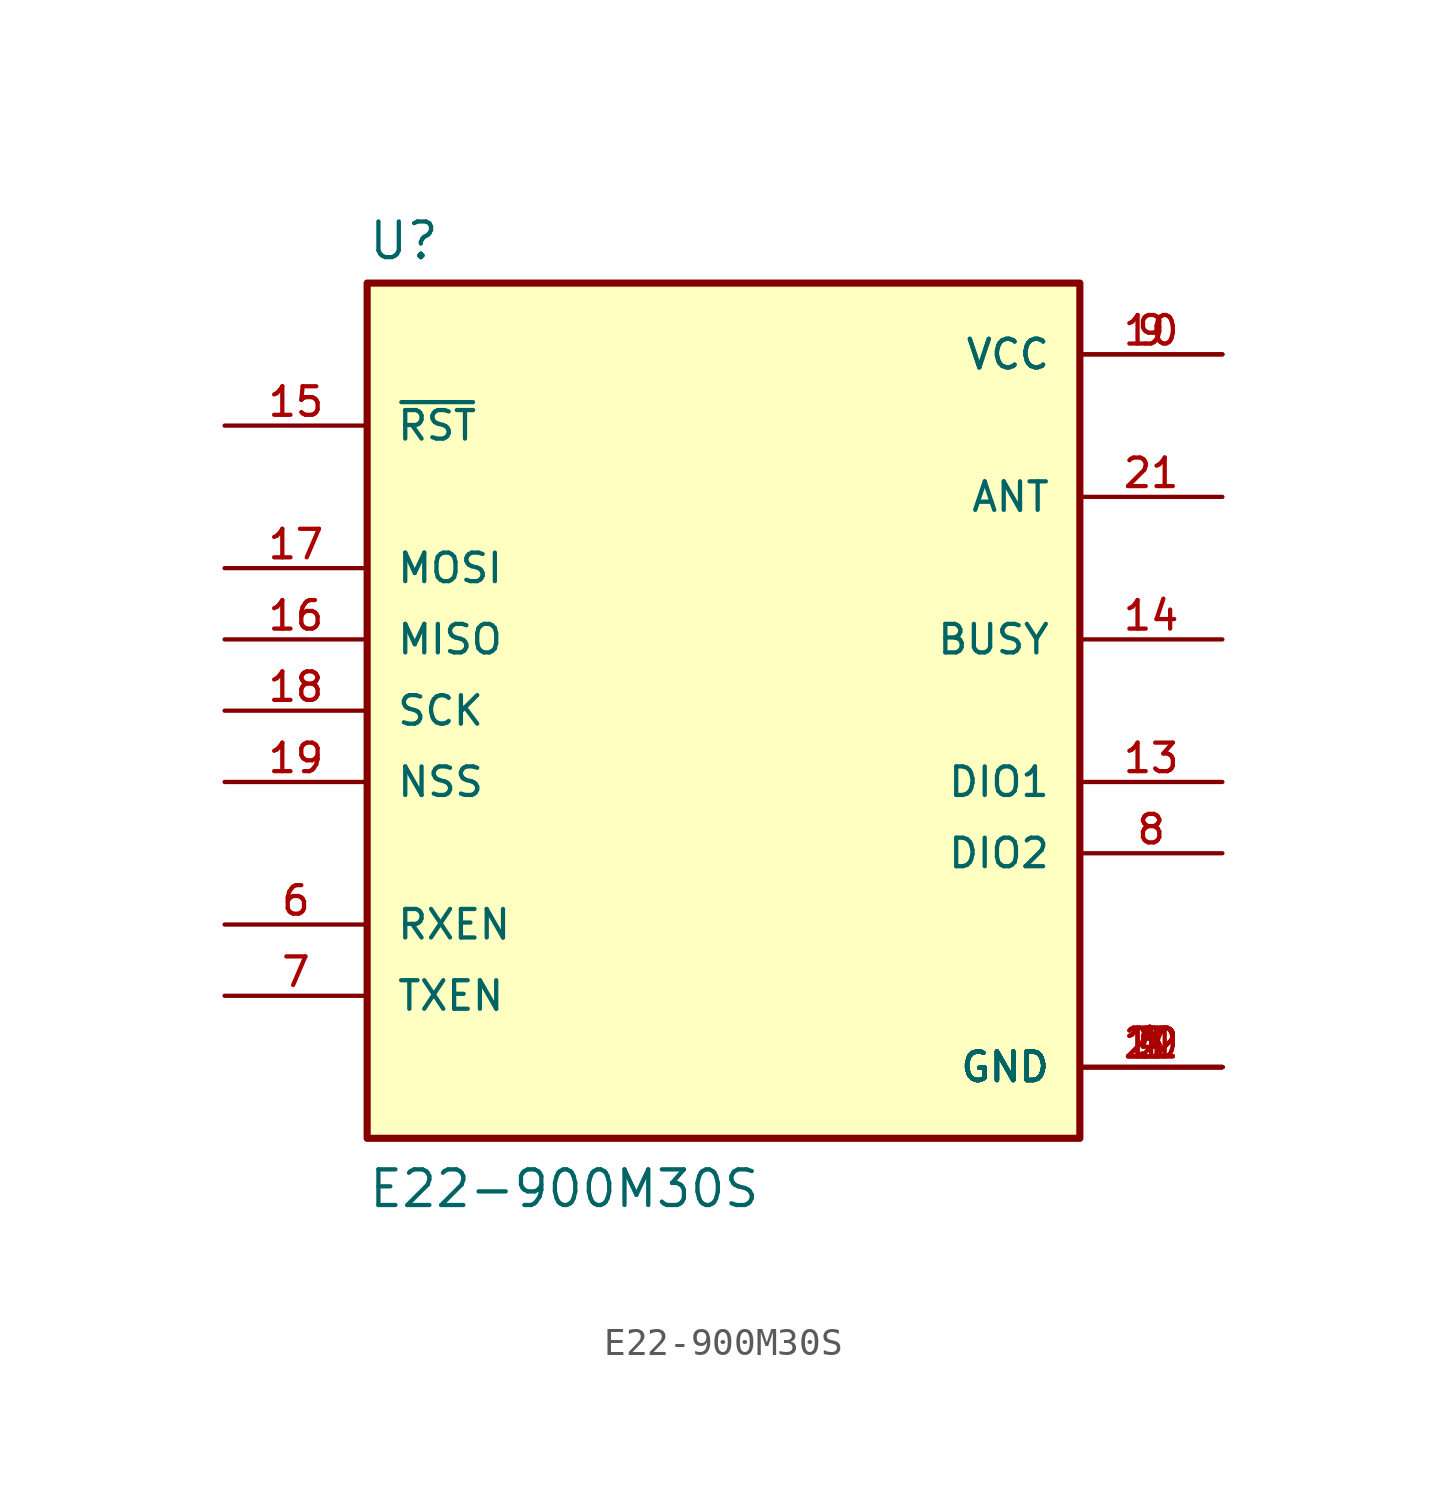
<source format=kicad_sym>
(kicad_symbol_lib
  (version 20241209)
  (generator "kicad_symbol_editor")
  (generator_version "9.0")
  (symbol "E22-900M30S"
    (pin_names
      (offset 1.016))
    (property "Reference" "U"
      (at -12.7 16.002 0)
      (effects (font (size 1.27 1.27)) (justify left bottom)))
    (property "Value" "E22-900M30S"
      (at -12.7 -17.78 0)
      (effects (font (size 1.27 1.27)) (justify left bottom)))
    (symbol "E22-900M30S_0_0"
      (rectangle (start -12.7 -15.24) (end 12.7 15.24) (stroke (width 0.254) (type default)) (fill (type background)))
      (pin input line (at -17.78 10.16 0) (length 5.08) (name "~{RST}" (effects (font (size 1.016 1.016)))) (number "15" (effects (font (size 1.016 1.016)))))
      (pin input line (at -17.78 5.08 0) (length 5.08) (name "MOSI" (effects (font (size 1.016 1.016)))) (number "17" (effects (font (size 1.016 1.016)))))
      (pin output line (at -17.78 2.54 0) (length 5.08) (name "MISO" (effects (font (size 1.016 1.016)))) (number "16" (effects (font (size 1.016 1.016)))))
      (pin input line (at -17.78 0 0) (length 5.08) (name "SCK" (effects (font (size 1.016 1.016)))) (number "18" (effects (font (size 1.016 1.016)))))
      (pin input line (at -17.78 -2.54 0) (length 5.08) (name "NSS" (effects (font (size 1.016 1.016)))) (number "19" (effects (font (size 1.016 1.016)))))
      (pin input line (at -17.78 -7.62 0) (length 5.08) (name "RXEN" (effects (font (size 1.016 1.016)))) (number "6" (effects (font (size 1.016 1.016)))))
      (pin input line (at -17.78 -10.16 0) (length 5.08) (name "TXEN" (effects (font (size 1.016 1.016)))) (number "7" (effects (font (size 1.016 1.016)))))
      (pin power_in line (at 17.78 12.7 180) (length 5.08) (name "VCC" (effects (font (size 1.016 1.016)))) (number "10" (effects (font (size 1.016 1.016)))))
      (pin power_in line (at 17.78 12.7 180) (length 5.08) (name "VCC" (effects (font (size 1.016 1.016)))) (number "9" (effects (font (size 1.016 1.016)))))
      (pin output line (at 17.78 7.62 180) (length 5.08) (name "ANT" (effects (font (size 1.016 1.016)))) (number "21" (effects (font (size 1.016 1.016)))))
      (pin output line (at 17.78 2.54 180) (length 5.08) (name "BUSY" (effects (font (size 1.016 1.016)))) (number "14" (effects (font (size 1.016 1.016)))))
      (pin bidirectional line (at 17.78 -2.54 180) (length 5.08) (name "DIO1" (effects (font (size 1.016 1.016)))) (number "13" (effects (font (size 1.016 1.016)))))
      (pin bidirectional line (at 17.78 -5.08 180) (length 5.08) (name "DIO2" (effects (font (size 1.016 1.016)))) (number "8" (effects (font (size 1.016 1.016)))))
      (pin power_in line (at 17.78 -12.7 180) (length 5.08) (name "GND" (effects (font (size 1.016 1.016)))) (number "1" (effects (font (size 1.016 1.016)))))
      (pin power_in line (at 17.78 -12.7 180) (length 5.08) (name "GND" (effects (font (size 1.016 1.016)))) (number "11" (effects (font (size 1.016 1.016)))))
      (pin power_in line (at 17.78 -12.7 180) (length 5.08) (name "GND" (effects (font (size 1.016 1.016)))) (number "12" (effects (font (size 1.016 1.016)))))
      (pin power_in line (at 17.78 -12.7 180) (length 5.08) (name "GND" (effects (font (size 1.016 1.016)))) (number "2" (effects (font (size 1.016 1.016)))))
      (pin power_in line (at 17.78 -12.7 180) (length 5.08) (name "GND" (effects (font (size 1.016 1.016)))) (number "20" (effects (font (size 1.016 1.016)))))
      (pin power_in line (at 17.78 -12.7 180) (length 5.08) (name "GND" (effects (font (size 1.016 1.016)))) (number "22" (effects (font (size 1.016 1.016)))))
      (pin power_in line (at 17.78 -12.7 180) (length 5.08) (name "GND" (effects (font (size 1.016 1.016)))) (number "3" (effects (font (size 1.016 1.016)))))
      (pin power_in line (at 17.78 -12.7 180) (length 5.08) (name "GND" (effects (font (size 1.016 1.016)))) (number "4" (effects (font (size 1.016 1.016)))))
      (pin power_in line (at 17.78 -12.7 180) (length 5.08) (name "GND" (effects (font (size 1.016 1.016)))) (number "5" (effects (font (size 1.016 1.016))))))))
</source>
